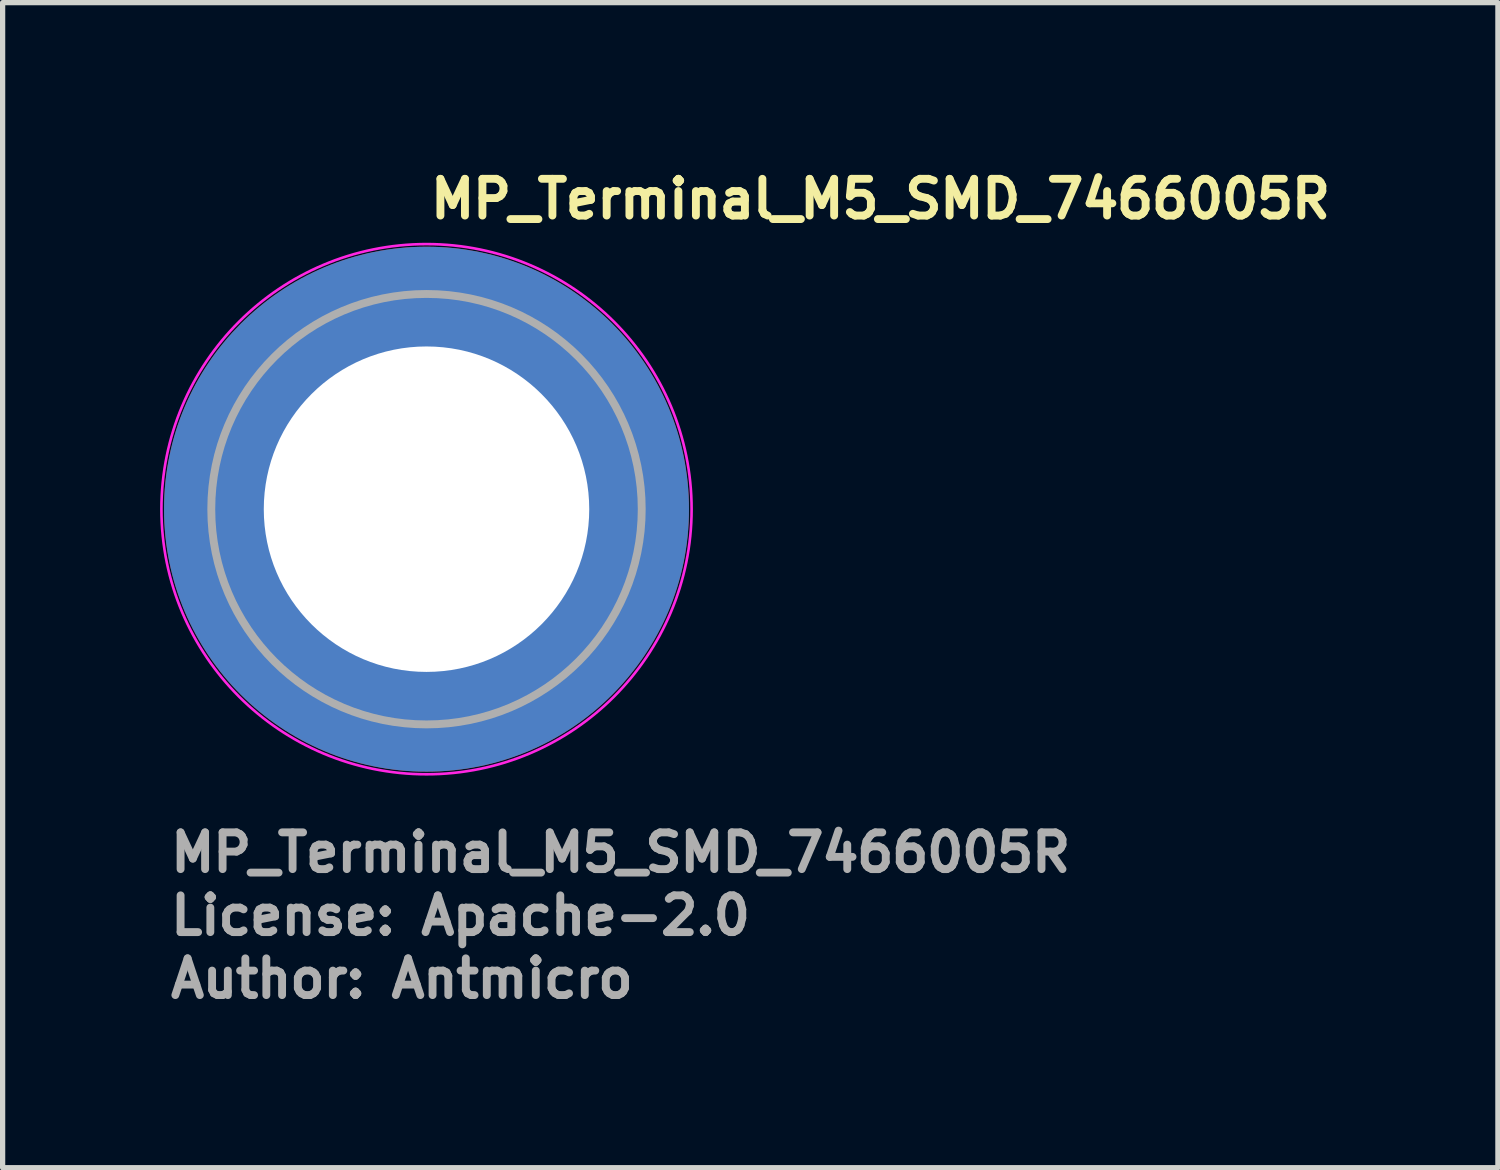
<source format=kicad_pcb>
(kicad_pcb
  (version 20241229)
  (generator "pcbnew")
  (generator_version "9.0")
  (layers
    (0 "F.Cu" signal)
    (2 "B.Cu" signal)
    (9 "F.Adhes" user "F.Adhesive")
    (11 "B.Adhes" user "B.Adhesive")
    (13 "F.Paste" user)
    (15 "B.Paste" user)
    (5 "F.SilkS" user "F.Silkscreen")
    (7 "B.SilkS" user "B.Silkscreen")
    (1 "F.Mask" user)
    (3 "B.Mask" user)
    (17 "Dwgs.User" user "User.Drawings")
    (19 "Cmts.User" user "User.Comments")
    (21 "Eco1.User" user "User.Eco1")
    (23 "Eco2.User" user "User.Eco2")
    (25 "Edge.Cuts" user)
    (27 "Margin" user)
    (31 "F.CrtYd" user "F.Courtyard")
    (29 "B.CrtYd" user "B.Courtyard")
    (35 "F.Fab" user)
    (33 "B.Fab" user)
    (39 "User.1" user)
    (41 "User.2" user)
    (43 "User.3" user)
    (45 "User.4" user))
  (footprint "MP_Terminal_M5_SMD_7466005R"
    (layer "F.Cu")
    (at 5.075 6.65)
    (property "Reference" "MP_Terminal_M5_SMD_7466005R" (at 0 -5.5 0) (layer "F.SilkS") (effects (font (size 0.7 0.7) (thickness 0.15)) (justify left bottom)))
    (attr smd)
    (fp_poly (pts (xy -3.5 -0.5) (xy -3.5 -1.25) (xy -1.25 -3.5) (xy -0.5 -3.5) (xy -0.5 -4.5) (xy -1.75 -4.5) (xy -4.5 -1.75) (xy -4.5 -0.5)) (stroke (width 0.1) (type solid)) (fill yes) (layer "F.Paste"))
    (fp_poly (pts (xy -0.5 3.5) (xy -1.25 3.5) (xy -3.5 1.25) (xy -3.5 0.5) (xy -4.5 0.5) (xy -4.5 1.75) (xy -1.75 4.5) (xy -0.5 4.5)) (stroke (width 0.1) (type solid)) (fill yes) (layer "F.Paste"))
    (fp_poly (pts (xy 0.5 -3.5) (xy 1.25 -3.5) (xy 3.5 -1.25) (xy 3.5 -0.5) (xy 4.5 -0.5) (xy 4.5 -1.75) (xy 1.75 -4.5) (xy 0.5 -4.5)) (stroke (width 0.1) (type solid)) (fill yes) (layer "F.Paste"))
    (fp_poly (pts (xy 3.5 0.5) (xy 3.5 1.25) (xy 1.25 3.5) (xy 0.5 3.5) (xy 0.5 4.5) (xy 1.75 4.5) (xy 4.5 1.75) (xy 4.5 0.5)) (stroke (width 0.1) (type solid)) (fill yes) (layer "F.Paste"))
    (fp_circle (center 0 0) (end 5.05 0) (stroke (width 0.05) (type solid)) (fill no) (layer "F.CrtYd"))
    (fp_circle (center 0 0) (end 4.1 0) (stroke (width 0.15) (type solid)) (fill no) (layer "F.Fab"))
    (fp_circle (center 0 0) (end 2.6 0) (stroke (width 0.02) (type solid)) (fill no) (layer "User.9"))
    (fp_circle (center 0 0) (end 4.1 0) (stroke (width 0.02) (type solid)) (fill no) (layer "User.9"))
    (fp_text user "License: Apache-2.0" (at -4.95 8.15 0) (layer "F.Fab") (effects (font (size 0.7 0.7) (thickness 0.15)) (justify left bottom)))
    (fp_text user "${REFERENCE}" (at -4.95 6.95 0) (layer "F.Fab") (effects (font (size 0.7 0.7) (thickness 0.15)) (justify left bottom)))
    (fp_text user "Author: Antmicro" (at -4.95 9.35 0) (layer "F.Fab") (effects (font (size 0.7 0.7) (thickness 0.15)) (justify left bottom)))
    (pad "1" thru_hole circle (at 0 0) (size 10 10) (drill 6.2) (layers "*.Cu" "*.Mask")))
  (gr_rect
    (start -3 -3)
    (end 25.485 19.195)
    (stroke (width 0.1) (type default))
    (fill no)
    (layer "Edge.Cuts")))
</source>
